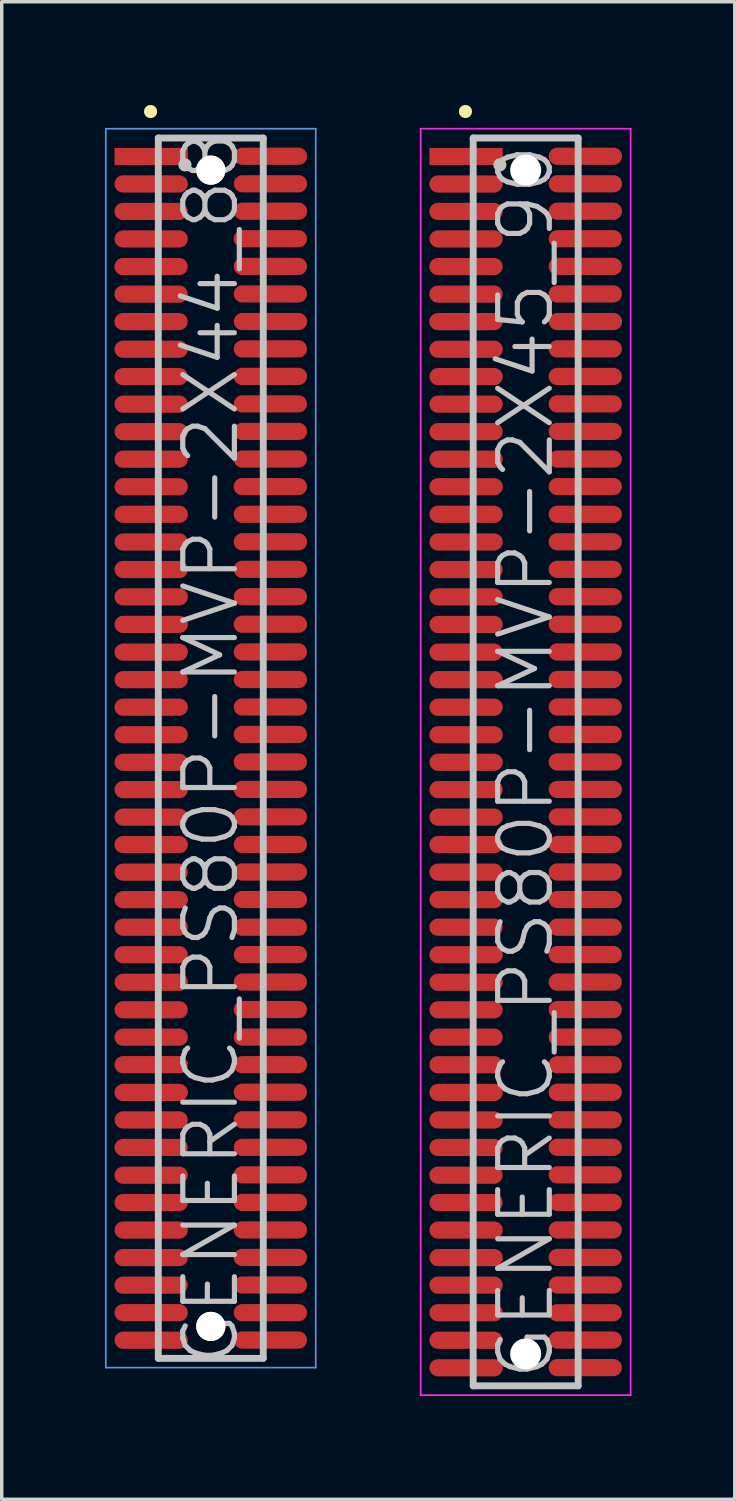
<source format=kicad_pcb>
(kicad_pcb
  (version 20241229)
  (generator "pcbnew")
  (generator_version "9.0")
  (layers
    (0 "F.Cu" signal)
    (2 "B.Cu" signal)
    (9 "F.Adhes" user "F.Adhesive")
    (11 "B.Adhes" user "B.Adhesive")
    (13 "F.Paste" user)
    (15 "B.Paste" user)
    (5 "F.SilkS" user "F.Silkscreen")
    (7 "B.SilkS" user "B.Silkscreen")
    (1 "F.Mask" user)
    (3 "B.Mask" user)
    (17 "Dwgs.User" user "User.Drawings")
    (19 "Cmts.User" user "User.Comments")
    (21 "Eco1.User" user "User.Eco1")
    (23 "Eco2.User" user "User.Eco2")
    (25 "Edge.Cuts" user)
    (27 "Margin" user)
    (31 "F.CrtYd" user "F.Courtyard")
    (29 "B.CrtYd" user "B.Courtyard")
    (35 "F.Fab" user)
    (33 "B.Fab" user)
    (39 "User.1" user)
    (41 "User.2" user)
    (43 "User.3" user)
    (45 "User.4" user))
  (footprint "GENERIC_PS80P-MVP-2X44_88"
    (layer "F.Cu")
    (at 3.075 18.691)
    (property "Reference" "GENERIC_PS80P-MVP-2X44_88" (at 0 0 90) (layer "Dwgs.User") (effects (font (size 1.5 1.5) (thickness 0.15))))
    (attr smd)
    (fp_line (start -1.75 -18.5) (end -1.75 -18.5) (stroke (width 0.381) (type solid)) (layer "F.SilkS"))
    (fp_line (start -1.525 -17.73) (end -1.525 17.73) (stroke (width 0.2) (type solid)) (layer "Dwgs.User"))
    (fp_line (start -1.525 -17.73) (end 1.525 -17.73) (stroke (width 0.2) (type solid)) (layer "Dwgs.User"))
    (fp_line (start -1.525 17.73) (end 1.525 17.73) (stroke (width 0.2) (type solid)) (layer "Dwgs.User"))
    (fp_line (start -0.75 -16.95) (end -0.75 -16.95) (stroke (width 0.381) (type solid)) (layer "Dwgs.User"))
    (fp_line (start 1.525 -17.73) (end 1.525 17.73) (stroke (width 0.2) (type solid)) (layer "Dwgs.User"))
    (fp_line (start -3.05 -18) (end -3.05 18) (stroke (width 0.05) (type solid)) (layer "Cmts.User"))
    (fp_line (start -3.05 -18) (end 3.05 -18) (stroke (width 0.05) (type solid)) (layer "Cmts.User"))
    (fp_line (start -3.05 18) (end 3.05 18) (stroke (width 0.05) (type solid)) (layer "Cmts.User"))
    (fp_line (start 3.05 -18) (end 3.05 18) (stroke (width 0.05) (type solid)) (layer "Cmts.User"))
    (pad "" np_thru_hole circle (at 0 -16.797 270) (size 0.848 0.848) (drill 0.848) (layers "*.Cu" "*.Mask" "F.SilkS"))
    (pad "" np_thru_hole circle (at 0 16.802 270) (size 0.848 0.848) (drill 0.848) (layers "*.Cu" "*.Mask" "F.SilkS"))
    (pad "1" smd rect (at -1.732 -17.193 270) (size 0.5 2.13) (layers "F.Cu" "F.Mask" "F.Paste"))
    (pad "2" smd oval (at 1.735 -17.201 270) (size 0.5 2.13) (layers "F.Cu" "F.Mask" "F.Paste"))
    (pad "3" smd oval (at -1.735 -16.396 270) (size 0.5 2.13) (layers "F.Cu" "F.Mask" "F.Paste"))
    (pad "4" smd oval (at 1.735 -16.401 270) (size 0.5 2.13) (layers "F.Cu" "F.Mask" "F.Paste"))
    (pad "5" smd oval (at -1.735 -15.598 270) (size 0.5 2.13) (layers "F.Cu" "F.Mask" "F.Paste"))
    (pad "6" smd oval (at 1.735 -15.603 270) (size 0.5 2.13) (layers "F.Cu" "F.Mask" "F.Paste"))
    (pad "7" smd oval (at -1.732 -14.798 270) (size 0.5 2.13) (layers "F.Cu" "F.Mask" "F.Paste"))
    (pad "8" smd oval (at 1.732 -14.803 270) (size 0.5 2.13) (layers "F.Cu" "F.Mask" "F.Paste"))
    (pad "9" smd oval (at -1.735 -13.995 270) (size 0.5 2.13) (layers "F.Cu" "F.Mask" "F.Paste"))
    (pad "10" smd oval (at 1.732 -14 270) (size 0.5 2.13) (layers "F.Cu" "F.Mask" "F.Paste"))
    (pad "11" smd oval (at -1.735 -13.195 270) (size 0.5 2.13) (layers "F.Cu" "F.Mask" "F.Paste"))
    (pad "12" smd oval (at 1.732 -13.2 270) (size 0.5 2.13) (layers "F.Cu" "F.Mask" "F.Paste"))
    (pad "13" smd oval (at -1.735 -12.395 270) (size 0.5 2.13) (layers "F.Cu" "F.Mask" "F.Paste"))
    (pad "14" smd oval (at 1.735 -12.398 270) (size 0.5 2.13) (layers "F.Cu" "F.Mask" "F.Paste"))
    (pad "15" smd oval (at -1.732 -11.593 270) (size 0.5 2.13) (layers "F.Cu" "F.Mask" "F.Paste"))
    (pad "16" smd oval (at 1.732 -11.603 270) (size 0.5 2.13) (layers "F.Cu" "F.Mask" "F.Paste"))
    (pad "17" smd oval (at -1.732 -10.798 270) (size 0.5 2.13) (layers "F.Cu" "F.Mask" "F.Paste"))
    (pad "18" smd oval (at 1.732 -10.803 270) (size 0.5 2.13) (layers "F.Cu" "F.Mask" "F.Paste"))
    (pad "19" smd oval (at -1.732 -9.997 270) (size 0.5 2.13) (layers "F.Cu" "F.Mask" "F.Paste"))
    (pad "20" smd oval (at 1.732 -10.005 270) (size 0.5 2.13) (layers "F.Cu" "F.Mask" "F.Paste"))
    (pad "21" smd oval (at -1.732 -9.197 270) (size 0.5 2.13) (layers "F.Cu" "F.Mask" "F.Paste"))
    (pad "22" smd oval (at 1.732 -9.205 270) (size 0.5 2.13) (layers "F.Cu" "F.Mask" "F.Paste"))
    (pad "23" smd oval (at -1.732 -8.397 270) (size 0.5 2.13) (layers "F.Cu" "F.Mask" "F.Paste"))
    (pad "24" smd oval (at 1.732 -8.402 270) (size 0.5 2.13) (layers "F.Cu" "F.Mask" "F.Paste"))
    (pad "25" smd oval (at -1.732 -7.597 270) (size 0.5 2.13) (layers "F.Cu" "F.Mask" "F.Paste"))
    (pad "26" smd oval (at 1.732 -7.602 270) (size 0.5 2.13) (layers "F.Cu" "F.Mask" "F.Paste"))
    (pad "27" smd oval (at -1.732 -6.797 270) (size 0.5 2.13) (layers "F.Cu" "F.Mask" "F.Paste"))
    (pad "28" smd oval (at 1.732 -6.797 270) (size 0.5 2.13) (layers "F.Cu" "F.Mask" "F.Paste"))
    (pad "29" smd oval (at -1.732 -5.992 270) (size 0.5 2.13) (layers "F.Cu" "F.Mask" "F.Paste"))
    (pad "30" smd oval (at 1.732 -5.997 270) (size 0.5 2.13) (layers "F.Cu" "F.Mask" "F.Paste"))
    (pad "31" smd oval (at -1.732 -5.192 270) (size 0.5 2.13) (layers "F.Cu" "F.Mask" "F.Paste"))
    (pad "32" smd oval (at 1.732 -5.197 270) (size 0.5 2.13) (layers "F.Cu" "F.Mask" "F.Paste"))
    (pad "33" smd oval (at -1.732 -4.397 270) (size 0.5 2.13) (layers "F.Cu" "F.Mask" "F.Paste"))
    (pad "34" smd oval (at 1.732 -4.402 270) (size 0.5 2.13) (layers "F.Cu" "F.Mask" "F.Paste"))
    (pad "35" smd oval (at -1.732 -3.597 270) (size 0.5 2.13) (layers "F.Cu" "F.Mask" "F.Paste"))
    (pad "36" smd oval (at 1.732 -3.602 270) (size 0.5 2.13) (layers "F.Cu" "F.Mask" "F.Paste"))
    (pad "37" smd oval (at -1.732 -2.791 270) (size 0.5 2.13) (layers "F.Cu" "F.Mask" "F.Paste"))
    (pad "38" smd oval (at 1.732 -2.797 270) (size 0.5 2.13) (layers "F.Cu" "F.Mask" "F.Paste"))
    (pad "39" smd oval (at -1.732 -1.991 270) (size 0.5 2.13) (layers "F.Cu" "F.Mask" "F.Paste"))
    (pad "40" smd oval (at 1.732 -1.996 270) (size 0.5 2.13) (layers "F.Cu" "F.Mask" "F.Paste"))
    (pad "41" smd oval (at -1.732 -1.191 270) (size 0.5 2.13) (layers "F.Cu" "F.Mask" "F.Paste"))
    (pad "42" smd oval (at 1.732 -1.196 270) (size 0.5 2.13) (layers "F.Cu" "F.Mask" "F.Paste"))
    (pad "43" smd oval (at -1.732 -0.391 270) (size 0.5 2.13) (layers "F.Cu" "F.Mask" "F.Paste"))
    (pad "44" smd oval (at 1.732 -0.401 270) (size 0.5 2.13) (layers "F.Cu" "F.Mask" "F.Paste"))
    (pad "45" smd oval (at -1.732 0.409 270) (size 0.5 2.13) (layers "F.Cu" "F.Mask" "F.Paste"))
    (pad "46" smd oval (at 1.732 0.399 270) (size 0.5 2.13) (layers "F.Cu" "F.Mask" "F.Paste"))
    (pad "47" smd oval (at -1.732 1.204 270) (size 0.5 2.13) (layers "F.Cu" "F.Mask" "F.Paste"))
    (pad "48" smd oval (at 1.732 1.199 270) (size 0.5 2.13) (layers "F.Cu" "F.Mask" "F.Paste"))
    (pad "49" smd oval (at -1.732 2.004 270) (size 0.5 2.13) (layers "F.Cu" "F.Mask" "F.Paste"))
    (pad "50" smd oval (at 1.732 1.996 270) (size 0.5 2.13) (layers "F.Cu" "F.Mask" "F.Paste"))
    (pad "51" smd oval (at -1.732 2.802 270) (size 0.5 2.13) (layers "F.Cu" "F.Mask" "F.Paste"))
    (pad "52" smd oval (at 1.732 2.797 270) (size 0.5 2.13) (layers "F.Cu" "F.Mask" "F.Paste"))
    (pad "53" smd oval (at -1.732 3.602 270) (size 0.5 2.13) (layers "F.Cu" "F.Mask" "F.Paste"))
    (pad "54" smd oval (at 1.732 3.597 270) (size 0.5 2.13) (layers "F.Cu" "F.Mask" "F.Paste"))
    (pad "55" smd oval (at -1.732 4.402 270) (size 0.5 2.13) (layers "F.Cu" "F.Mask" "F.Paste"))
    (pad "56" smd oval (at 1.732 4.397 270) (size 0.5 2.13) (layers "F.Cu" "F.Mask" "F.Paste"))
    (pad "57" smd oval (at -1.732 5.202 270) (size 0.5 2.13) (layers "F.Cu" "F.Mask" "F.Paste"))
    (pad "58" smd oval (at 1.732 5.202 270) (size 0.5 2.13) (layers "F.Cu" "F.Mask" "F.Paste"))
    (pad "59" smd oval (at -1.732 6.002 270) (size 0.5 2.13) (layers "F.Cu" "F.Mask" "F.Paste"))
    (pad "60" smd oval (at 1.732 5.997 270) (size 0.5 2.13) (layers "F.Cu" "F.Mask" "F.Paste"))
    (pad "61" smd oval (at -1.732 6.802 270) (size 0.5 2.13) (layers "F.Cu" "F.Mask" "F.Paste"))
    (pad "62" smd oval (at 1.732 6.797 270) (size 0.5 2.13) (layers "F.Cu" "F.Mask" "F.Paste"))
    (pad "63" smd oval (at -1.732 7.602 270) (size 0.5 2.13) (layers "F.Cu" "F.Mask" "F.Paste"))
    (pad "64" smd oval (at 1.732 7.595 270) (size 0.5 2.13) (layers "F.Cu" "F.Mask" "F.Paste"))
    (pad "65" smd oval (at -1.732 8.397 270) (size 0.5 2.13) (layers "F.Cu" "F.Mask" "F.Paste"))
    (pad "66" smd oval (at 1.732 8.395 270) (size 0.5 2.13) (layers "F.Cu" "F.Mask" "F.Paste"))
    (pad "67" smd oval (at -1.732 9.197 270) (size 0.5 2.13) (layers "F.Cu" "F.Mask" "F.Paste"))
    (pad "68" smd oval (at 1.732 9.197 270) (size 0.5 2.13) (layers "F.Cu" "F.Mask" "F.Paste"))
    (pad "69" smd oval (at -1.732 10.003 270) (size 0.5 2.13) (layers "F.Cu" "F.Mask" "F.Paste"))
    (pad "70" smd oval (at 1.732 9.997 270) (size 0.5 2.13) (layers "F.Cu" "F.Mask" "F.Paste"))
    (pad "71" smd oval (at -1.732 10.803 270) (size 0.5 2.13) (layers "F.Cu" "F.Mask" "F.Paste"))
    (pad "72" smd oval (at 1.732 10.798 270) (size 0.5 2.13) (layers "F.Cu" "F.Mask" "F.Paste"))
    (pad "73" smd oval (at -1.732 11.603 270) (size 0.5 2.13) (layers "F.Cu" "F.Mask" "F.Paste"))
    (pad "74" smd oval (at 1.732 11.598 270) (size 0.5 2.13) (layers "F.Cu" "F.Mask" "F.Paste"))
    (pad "75" smd oval (at -1.732 12.408 270) (size 0.5 2.13) (layers "F.Cu" "F.Mask" "F.Paste"))
    (pad "76" smd oval (at 1.732 12.398 270) (size 0.5 2.13) (layers "F.Cu" "F.Mask" "F.Paste"))
    (pad "77" smd oval (at -1.732 13.203 270) (size 0.5 2.13) (layers "F.Cu" "F.Mask" "F.Paste"))
    (pad "78" smd oval (at 1.732 13.198 270) (size 0.5 2.13) (layers "F.Cu" "F.Mask" "F.Paste"))
    (pad "79" smd oval (at -1.732 14.003 270) (size 0.5 2.13) (layers "F.Cu" "F.Mask" "F.Paste"))
    (pad "80" smd oval (at 1.732 13.998 270) (size 0.5 2.13) (layers "F.Cu" "F.Mask" "F.Paste"))
    (pad "81" smd oval (at -1.732 14.803 270) (size 0.5 2.13) (layers "F.Cu" "F.Mask" "F.Paste"))
    (pad "82" smd oval (at 1.732 14.798 270) (size 0.5 2.13) (layers "F.Cu" "F.Mask" "F.Paste"))
    (pad "83" smd oval (at -1.732 15.603 270) (size 0.5 2.13) (layers "F.Cu" "F.Mask" "F.Paste"))
    (pad "84" smd oval (at 1.732 15.598 270) (size 0.5 2.13) (layers "F.Cu" "F.Mask" "F.Paste"))
    (pad "85" smd oval (at -1.732 16.403 270) (size 0.5 2.13) (layers "F.Cu" "F.Mask" "F.Paste"))
    (pad "86" smd oval (at 1.732 16.403 270) (size 0.5 2.13) (layers "F.Cu" "F.Mask" "F.Paste"))
    (pad "87" smd oval (at -1.732 17.203 270) (size 0.5 2.13) (layers "F.Cu" "F.Mask" "F.Paste"))
    (pad "88" smd oval (at 1.732 17.198 270) (size 0.5 2.13) (layers "F.Cu" "F.Mask" "F.Paste")))
  (footprint "GENERIC_PS80P-MVP-2X45_90"
    (layer "F.Cu")
    (at 12.225 19.09)
    (property "Reference" "GENERIC_PS80P-MVP-2X45_90" (at 0 0 90) (layer "Dwgs.User") (effects (font (size 1.5 1.5) (thickness 0.15))))
    (attr smd)
    (fp_line (start -1.75 -18.9) (end -1.75 -18.9) (stroke (width 0.381) (type solid)) (layer "F.SilkS"))
    (fp_line (start -1.525 -18.13) (end -1.525 18.13) (stroke (width 0.2) (type solid)) (layer "Dwgs.User"))
    (fp_line (start -1.525 -18.13) (end 1.525 -18.13) (stroke (width 0.2) (type solid)) (layer "Dwgs.User"))
    (fp_line (start -1.525 18.13) (end 1.525 18.13) (stroke (width 0.2) (type solid)) (layer "Dwgs.User"))
    (fp_line (start -0.75 -17.35) (end -0.75 -17.35) (stroke (width 0.381) (type solid)) (layer "Dwgs.User"))
    (fp_line (start 1.525 -18.13) (end 1.525 18.13) (stroke (width 0.2) (type solid)) (layer "Dwgs.User"))
    (fp_line (start -3.05 -18.4) (end -3.05 18.4) (stroke (width 0.05) (type solid)) (layer "F.CrtYd"))
    (fp_line (start -3.05 -18.4) (end 3.05 -18.4) (stroke (width 0.05) (type solid)) (layer "F.CrtYd"))
    (fp_line (start -3.05 18.4) (end 3.05 18.4) (stroke (width 0.05) (type solid)) (layer "F.CrtYd"))
    (fp_line (start 3.05 -18.4) (end 3.05 18.4) (stroke (width 0.05) (type solid)) (layer "F.CrtYd"))
    (pad "" np_thru_hole circle (at 0 -17.196 270) (size 0.9 0.9) (drill 0.9) (layers "*.Cu" "*.Mask"))
    (pad "" np_thru_hole circle (at 0 17.203 270) (size 0.9 0.9) (drill 0.9) (layers "*.Cu" "*.Mask"))
    (pad "1" smd rect (at -1.732 -17.592 270) (size 0.5 2.13) (layers "F.Cu" "F.Mask" "F.Paste"))
    (pad "2" smd oval (at 1.735 -17.6 270) (size 0.5 2.13) (layers "F.Cu" "F.Mask" "F.Paste"))
    (pad "3" smd oval (at -1.735 -16.794 270) (size 0.5 2.13) (layers "F.Cu" "F.Mask" "F.Paste"))
    (pad "4" smd oval (at 1.735 -16.8 270) (size 0.5 2.13) (layers "F.Cu" "F.Mask" "F.Paste"))
    (pad "5" smd oval (at -1.735 -15.997 270) (size 0.5 2.13) (layers "F.Cu" "F.Mask" "F.Paste"))
    (pad "6" smd oval (at 1.735 -16.002 270) (size 0.5 2.13) (layers "F.Cu" "F.Mask" "F.Paste"))
    (pad "7" smd oval (at -1.732 -15.197 270) (size 0.5 2.13) (layers "F.Cu" "F.Mask" "F.Paste"))
    (pad "8" smd oval (at 1.732 -15.202 270) (size 0.5 2.13) (layers "F.Cu" "F.Mask" "F.Paste"))
    (pad "9" smd oval (at -1.735 -14.394 270) (size 0.5 2.13) (layers "F.Cu" "F.Mask" "F.Paste"))
    (pad "10" smd oval (at 1.732 -14.399 270) (size 0.5 2.13) (layers "F.Cu" "F.Mask" "F.Paste"))
    (pad "11" smd oval (at -1.735 -13.594 270) (size 0.5 2.13) (layers "F.Cu" "F.Mask" "F.Paste"))
    (pad "12" smd oval (at 1.732 -13.599 270) (size 0.5 2.13) (layers "F.Cu" "F.Mask" "F.Paste"))
    (pad "13" smd oval (at -1.735 -12.794 270) (size 0.5 2.13) (layers "F.Cu" "F.Mask" "F.Paste"))
    (pad "14" smd oval (at 1.735 -12.797 270) (size 0.5 2.13) (layers "F.Cu" "F.Mask" "F.Paste"))
    (pad "15" smd oval (at -1.732 -11.991 270) (size 0.5 2.13) (layers "F.Cu" "F.Mask" "F.Paste"))
    (pad "16" smd oval (at 1.732 -12.002 270) (size 0.5 2.13) (layers "F.Cu" "F.Mask" "F.Paste"))
    (pad "17" smd oval (at -1.732 -11.196 270) (size 0.5 2.13) (layers "F.Cu" "F.Mask" "F.Paste"))
    (pad "18" smd oval (at 1.732 -11.201 270) (size 0.5 2.13) (layers "F.Cu" "F.Mask" "F.Paste"))
    (pad "19" smd oval (at -1.732 -10.396 270) (size 0.5 2.13) (layers "F.Cu" "F.Mask" "F.Paste"))
    (pad "20" smd oval (at 1.732 -10.404 270) (size 0.5 2.13) (layers "F.Cu" "F.Mask" "F.Paste"))
    (pad "21" smd oval (at -1.732 -9.596 270) (size 0.5 2.13) (layers "F.Cu" "F.Mask" "F.Paste"))
    (pad "22" smd oval (at 1.732 -9.604 270) (size 0.5 2.13) (layers "F.Cu" "F.Mask" "F.Paste"))
    (pad "23" smd oval (at -1.732 -8.796 270) (size 0.5 2.13) (layers "F.Cu" "F.Mask" "F.Paste"))
    (pad "24" smd oval (at 1.732 -8.801 270) (size 0.5 2.13) (layers "F.Cu" "F.Mask" "F.Paste"))
    (pad "25" smd oval (at -1.732 -7.996 270) (size 0.5 2.13) (layers "F.Cu" "F.Mask" "F.Paste"))
    (pad "26" smd oval (at 1.732 -8.001 270) (size 0.5 2.13) (layers "F.Cu" "F.Mask" "F.Paste"))
    (pad "27" smd oval (at -1.732 -7.196 270) (size 0.5 2.13) (layers "F.Cu" "F.Mask" "F.Paste"))
    (pad "28" smd oval (at 1.732 -7.196 270) (size 0.5 2.13) (layers "F.Cu" "F.Mask" "F.Paste"))
    (pad "29" smd oval (at -1.732 -6.391 270) (size 0.5 2.13) (layers "F.Cu" "F.Mask" "F.Paste"))
    (pad "30" smd oval (at 1.732 -6.396 270) (size 0.5 2.13) (layers "F.Cu" "F.Mask" "F.Paste"))
    (pad "31" smd oval (at -1.732 -5.591 270) (size 0.5 2.13) (layers "F.Cu" "F.Mask" "F.Paste"))
    (pad "32" smd oval (at 1.732 -5.596 270) (size 0.5 2.13) (layers "F.Cu" "F.Mask" "F.Paste"))
    (pad "33" smd oval (at -1.732 -4.796 270) (size 0.5 2.13) (layers "F.Cu" "F.Mask" "F.Paste"))
    (pad "34" smd oval (at 1.732 -4.801 270) (size 0.5 2.13) (layers "F.Cu" "F.Mask" "F.Paste"))
    (pad "35" smd oval (at -1.732 -3.995 270) (size 0.5 2.13) (layers "F.Cu" "F.Mask" "F.Paste"))
    (pad "36" smd oval (at 1.732 -4 270) (size 0.5 2.13) (layers "F.Cu" "F.Mask" "F.Paste"))
    (pad "37" smd oval (at -1.732 -3.19 270) (size 0.5 2.13) (layers "F.Cu" "F.Mask" "F.Paste"))
    (pad "38" smd oval (at 1.732 -3.195 270) (size 0.5 2.13) (layers "F.Cu" "F.Mask" "F.Paste"))
    (pad "39" smd oval (at -1.732 -2.39 270) (size 0.5 2.13) (layers "F.Cu" "F.Mask" "F.Paste"))
    (pad "40" smd oval (at 1.732 -2.395 270) (size 0.5 2.13) (layers "F.Cu" "F.Mask" "F.Paste"))
    (pad "41" smd oval (at -1.732 -1.59 270) (size 0.5 2.13) (layers "F.Cu" "F.Mask" "F.Paste"))
    (pad "42" smd oval (at 1.732 -1.595 270) (size 0.5 2.13) (layers "F.Cu" "F.Mask" "F.Paste"))
    (pad "43" smd oval (at -1.732 -0.79 270) (size 0.5 2.13) (layers "F.Cu" "F.Mask" "F.Paste"))
    (pad "44" smd oval (at 1.732 -0.8 270) (size 0.5 2.13) (layers "F.Cu" "F.Mask" "F.Paste"))
    (pad "45" smd oval (at -1.732 0.01 270) (size 0.5 2.13) (layers "F.Cu" "F.Mask" "F.Paste"))
    (pad "46" smd oval (at 1.732 0 270) (size 0.5 2.13) (layers "F.Cu" "F.Mask" "F.Paste"))
    (pad "47" smd oval (at -1.732 0.805 270) (size 0.5 2.13) (layers "F.Cu" "F.Mask" "F.Paste"))
    (pad "48" smd oval (at 1.732 0.8 270) (size 0.5 2.13) (layers "F.Cu" "F.Mask" "F.Paste"))
    (pad "49" smd oval (at -1.732 1.605 270) (size 0.5 2.13) (layers "F.Cu" "F.Mask" "F.Paste"))
    (pad "50" smd oval (at 1.732 1.598 270) (size 0.5 2.13) (layers "F.Cu" "F.Mask" "F.Paste"))
    (pad "51" smd oval (at -1.732 2.403 270) (size 0.5 2.13) (layers "F.Cu" "F.Mask" "F.Paste"))
    (pad "52" smd oval (at 1.732 2.398 270) (size 0.5 2.13) (layers "F.Cu" "F.Mask" "F.Paste"))
    (pad "53" smd oval (at -1.732 3.203 270) (size 0.5 2.13) (layers "F.Cu" "F.Mask" "F.Paste"))
    (pad "54" smd oval (at 1.732 3.198 270) (size 0.5 2.13) (layers "F.Cu" "F.Mask" "F.Paste"))
    (pad "55" smd oval (at -1.732 4.003 270) (size 0.5 2.13) (layers "F.Cu" "F.Mask" "F.Paste"))
    (pad "56" smd oval (at 1.732 3.998 270) (size 0.5 2.13) (layers "F.Cu" "F.Mask" "F.Paste"))
    (pad "57" smd oval (at -1.732 4.803 270) (size 0.5 2.13) (layers "F.Cu" "F.Mask" "F.Paste"))
    (pad "58" smd oval (at 1.732 4.803 270) (size 0.5 2.13) (layers "F.Cu" "F.Mask" "F.Paste"))
    (pad "59" smd oval (at -1.732 5.603 270) (size 0.5 2.13) (layers "F.Cu" "F.Mask" "F.Paste"))
    (pad "60" smd oval (at 1.732 5.598 270) (size 0.5 2.13) (layers "F.Cu" "F.Mask" "F.Paste"))
    (pad "61" smd oval (at -1.732 6.403 270) (size 0.5 2.13) (layers "F.Cu" "F.Mask" "F.Paste"))
    (pad "62" smd oval (at 1.732 6.398 270) (size 0.5 2.13) (layers "F.Cu" "F.Mask" "F.Paste"))
    (pad "63" smd oval (at -1.732 7.203 270) (size 0.5 2.13) (layers "F.Cu" "F.Mask" "F.Paste"))
    (pad "64" smd oval (at 1.732 7.196 270) (size 0.5 2.13) (layers "F.Cu" "F.Mask" "F.Paste"))
    (pad "65" smd oval (at -1.732 7.998 270) (size 0.5 2.13) (layers "F.Cu" "F.Mask" "F.Paste"))
    (pad "66" smd oval (at 1.732 7.996 270) (size 0.5 2.13) (layers "F.Cu" "F.Mask" "F.Paste"))
    (pad "67" smd oval (at -1.732 8.799 270) (size 0.5 2.13) (layers "F.Cu" "F.Mask" "F.Paste"))
    (pad "68" smd oval (at 1.732 8.799 270) (size 0.5 2.13) (layers "F.Cu" "F.Mask" "F.Paste"))
    (pad "69" smd oval (at -1.732 9.604 270) (size 0.5 2.13) (layers "F.Cu" "F.Mask" "F.Paste"))
    (pad "70" smd oval (at 1.732 9.599 270) (size 0.5 2.13) (layers "F.Cu" "F.Mask" "F.Paste"))
    (pad "71" smd oval (at -1.732 10.404 270) (size 0.5 2.13) (layers "F.Cu" "F.Mask" "F.Paste"))
    (pad "72" smd oval (at 1.732 10.399 270) (size 0.5 2.13) (layers "F.Cu" "F.Mask" "F.Paste"))
    (pad "73" smd oval (at -1.732 11.204 270) (size 0.5 2.13) (layers "F.Cu" "F.Mask" "F.Paste"))
    (pad "74" smd oval (at 1.732 11.199 270) (size 0.5 2.13) (layers "F.Cu" "F.Mask" "F.Paste"))
    (pad "75" smd oval (at -1.732 12.009 270) (size 0.5 2.13) (layers "F.Cu" "F.Mask" "F.Paste"))
    (pad "76" smd oval (at 1.732 11.999 270) (size 0.5 2.13) (layers "F.Cu" "F.Mask" "F.Paste"))
    (pad "77" smd oval (at -1.732 12.804 270) (size 0.5 2.13) (layers "F.Cu" "F.Mask" "F.Paste"))
    (pad "78" smd oval (at 1.732 12.799 270) (size 0.5 2.13) (layers "F.Cu" "F.Mask" "F.Paste"))
    (pad "79" smd oval (at -1.732 13.604 270) (size 0.5 2.13) (layers "F.Cu" "F.Mask" "F.Paste"))
    (pad "80" smd oval (at 1.732 13.599 270) (size 0.5 2.13) (layers "F.Cu" "F.Mask" "F.Paste"))
    (pad "81" smd oval (at -1.732 14.404 270) (size 0.5 2.13) (layers "F.Cu" "F.Mask" "F.Paste"))
    (pad "82" smd oval (at 1.732 14.399 270) (size 0.5 2.13) (layers "F.Cu" "F.Mask" "F.Paste"))
    (pad "83" smd oval (at -1.732 15.204 270) (size 0.5 2.13) (layers "F.Cu" "F.Mask" "F.Paste"))
    (pad "84" smd oval (at 1.732 15.199 270) (size 0.5 2.13) (layers "F.Cu" "F.Mask" "F.Paste"))
    (pad "85" smd oval (at -1.732 16.005 270) (size 0.5 2.13) (layers "F.Cu" "F.Mask" "F.Paste"))
    (pad "86" smd oval (at 1.732 16.005 270) (size 0.5 2.13) (layers "F.Cu" "F.Mask" "F.Paste"))
    (pad "87" smd oval (at -1.732 16.805 270) (size 0.5 2.13) (layers "F.Cu" "F.Mask" "F.Paste"))
    (pad "88" smd oval (at 1.732 16.8 270) (size 0.5 2.13) (layers "F.Cu" "F.Mask" "F.Paste"))
    (pad "89" smd oval (at -1.732 17.605 270) (size 0.5 2.13) (layers "F.Cu" "F.Mask" "F.Paste"))
    (pad "90" smd oval (at 1.732 17.6 270) (size 0.5 2.13) (layers "F.Cu" "F.Mask" "F.Paste")))
  (gr_rect
    (start -3 -3)
    (end 18.3 40.516)
    (stroke (width 0.1) (type default))
    (fill no)
    (layer "Edge.Cuts")))
</source>
